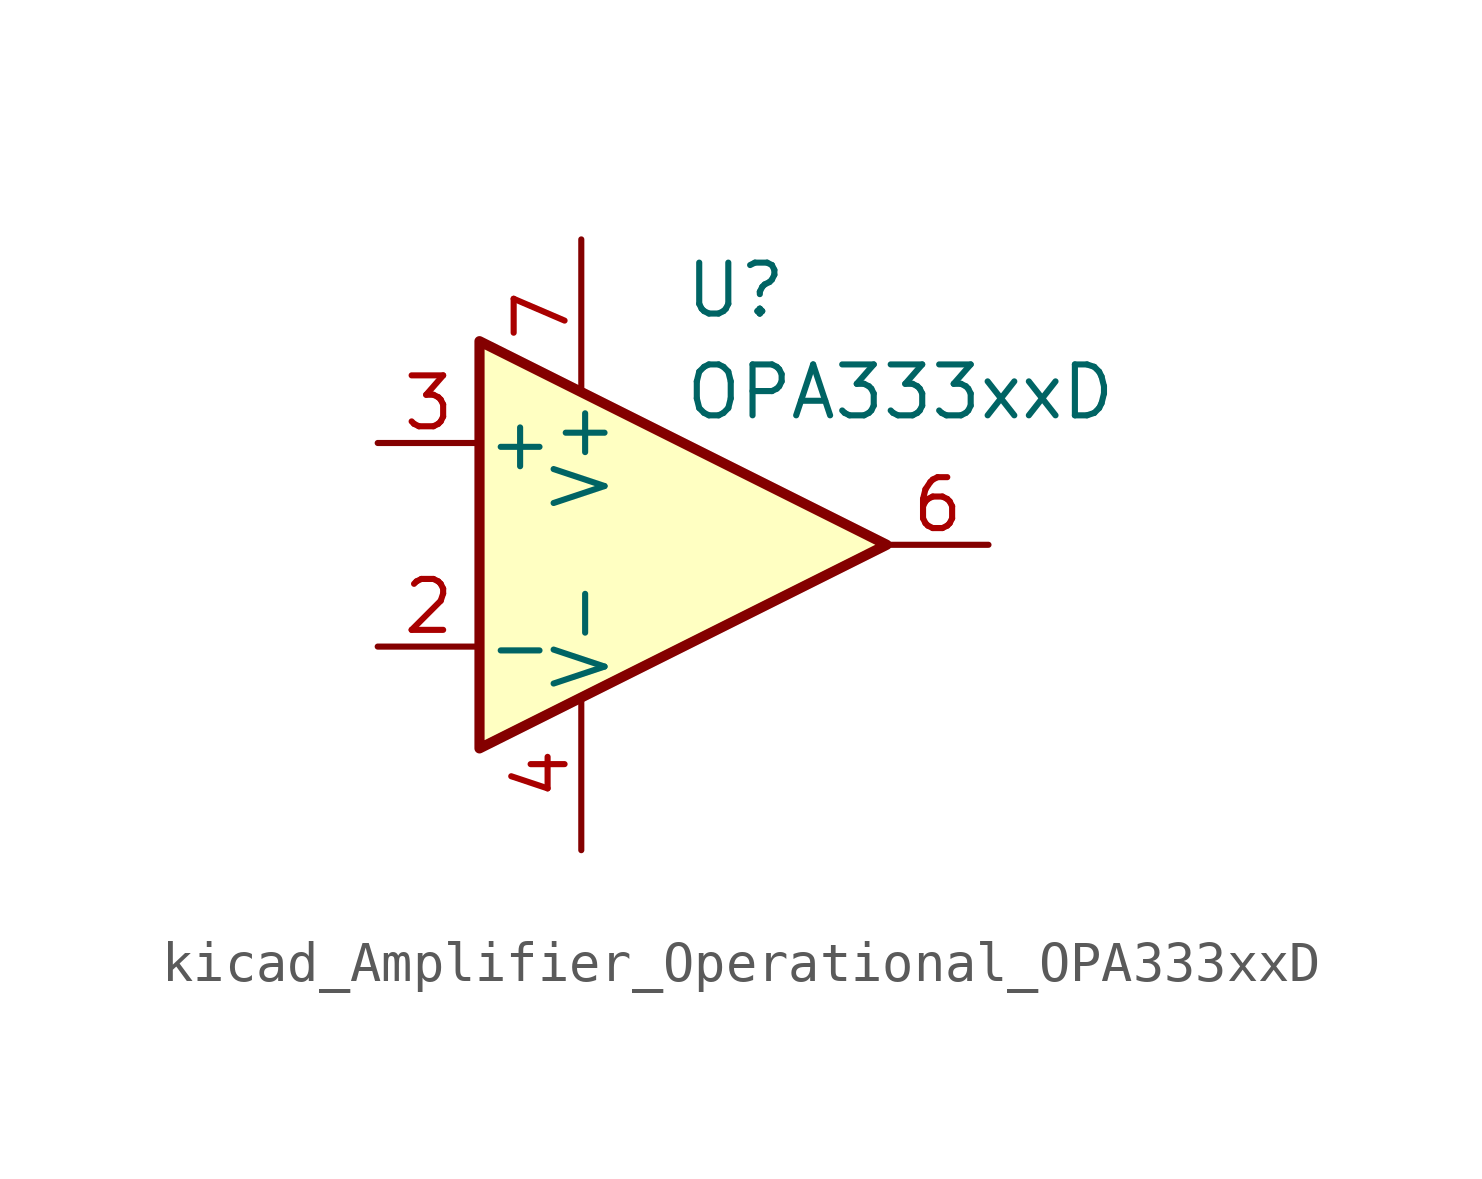
<source format=kicad_sym>
(kicad_symbol_lib
  (version 20220914)
  (generator kicad_symbol_editor)
  (symbol "kicad_Amplifier_Operational_OPA333xxD"
    (pin_names
      (offset 0.127))
    (property "Reference" "U"
      (at 0 6.35 0)
      (effects (font (size 1.27 1.27)) (justify left)))
    (property "Value" "OPA333xxD"
      (at 0 3.81 0)
      (effects (font (size 1.27 1.27)) (justify left)))
    (symbol "kicad_Amplifier_Operational_OPA333xxD_0_1"
      (polyline (pts (xy -5.08 5.08) (xy 5.08 0) (xy -5.08 -5.08) (xy -5.08 5.08)) (stroke (width 0.254) (type default)) (fill (type background))))
    (symbol "kicad_Amplifier_Operational_OPA333xxD_1_1"
      (pin no_connect line (at -2.54 2.54 270) (length 2.54) hide (name "NC" (effects (font (size 1.27 1.27)))) (number "1" (effects (font (size 1.27 1.27)))))
      (pin input line (at -7.62 -2.54 0) (length 2.54) (name "-" (effects (font (size 1.27 1.27)))) (number "2" (effects (font (size 1.27 1.27)))))
      (pin input line (at -7.62 2.54 0) (length 2.54) (name "+" (effects (font (size 1.27 1.27)))) (number "3" (effects (font (size 1.27 1.27)))))
      (pin power_in line (at -2.54 -7.62 90) (length 3.81) (name "V-" (effects (font (size 1.27 1.27)))) (number "4" (effects (font (size 1.27 1.27)))))
      (pin no_connect line (at 0 2.54 270) (length 2.54) hide (name "NC" (effects (font (size 1.27 1.27)))) (number "5" (effects (font (size 1.27 1.27)))))
      (pin output line (at 7.62 0 180) (length 2.54) (name "~" (effects (font (size 1.27 1.27)))) (number "6" (effects (font (size 1.27 1.27)))))
      (pin power_in line (at -2.54 7.62 270) (length 3.81) (name "V+" (effects (font (size 1.27 1.27)))) (number "7" (effects (font (size 1.27 1.27)))))
      (pin no_connect line (at 0 -2.54 90) (length 2.54) hide (name "NC" (effects (font (size 1.27 1.27)))) (number "8" (effects (font (size 1.27 1.27))))))))
</source>
